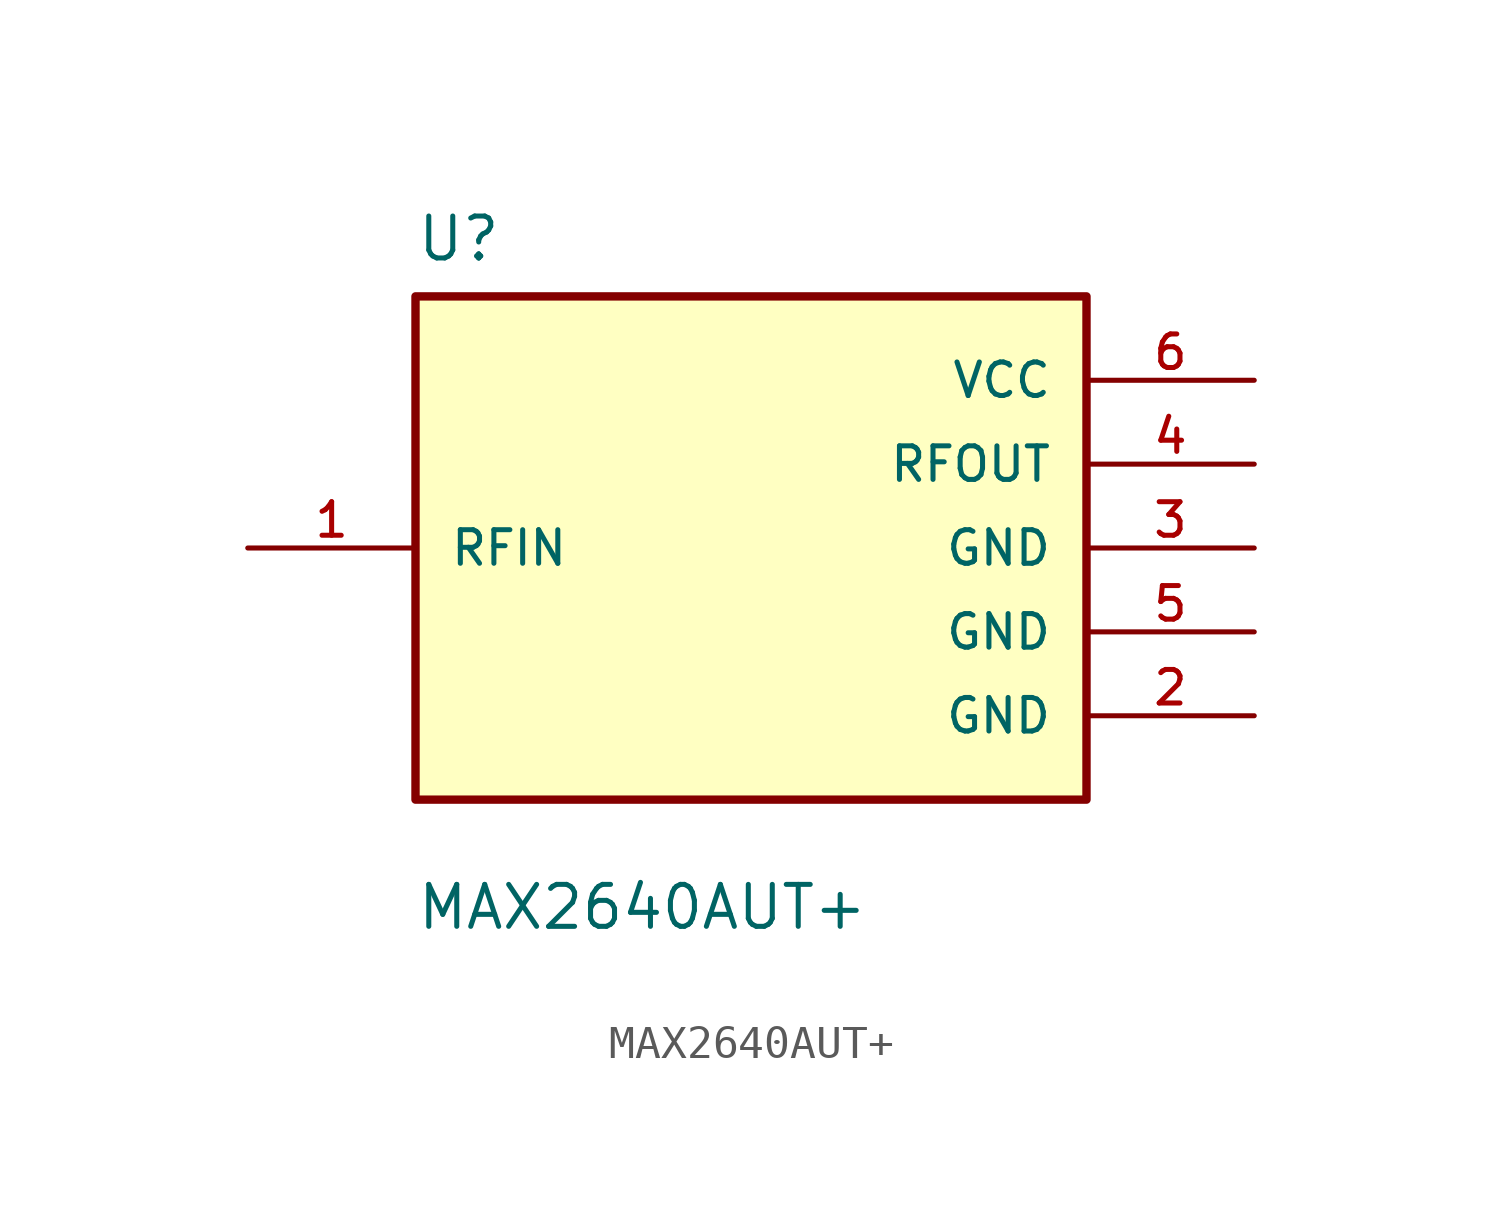
<source format=kicad_sym>
(kicad_symbol_lib
  (version 20211014)
  (generator kicad_symbol_editor)
  (symbol "MAX2640AUT+"
    (pin_names
      (offset 1.016))
    (property "Reference" "U"
      (at -10.16 8.62 0)
      (effects (font (size 1.27 1.27)) (justify left bottom)))
    (property "Value" "MAX2640AUT+"
      (at -10.16 -11.62 0)
      (effects (font (size 1.27 1.27)) (justify left bottom)))
    (symbol "MAX2640AUT+_0_0"
      (rectangle (start -10.16 -7.62) (end 10.16 7.62) (stroke (width 0.254) (type default) (color 0 0 0 0)) (fill (type background)))
      (pin input line (at -15.24 0 0) (length 5.08) (name "RFIN" (effects (font (size 1.016 1.016)))) (number "1" (effects (font (size 1.016 1.016)))))
      (pin power_in line (at 15.24 -5.08 180) (length 5.08) (name "GND" (effects (font (size 1.016 1.016)))) (number "2" (effects (font (size 1.016 1.016)))))
      (pin power_in line (at 15.24 0 180) (length 5.08) (name "GND" (effects (font (size 1.016 1.016)))) (number "3" (effects (font (size 1.016 1.016)))))
      (pin output line (at 15.24 2.54 180) (length 5.08) (name "RFOUT" (effects (font (size 1.016 1.016)))) (number "4" (effects (font (size 1.016 1.016)))))
      (pin power_in line (at 15.24 -2.54 180) (length 5.08) (name "GND" (effects (font (size 1.016 1.016)))) (number "5" (effects (font (size 1.016 1.016)))))
      (pin power_in line (at 15.24 5.08 180) (length 5.08) (name "VCC" (effects (font (size 1.016 1.016)))) (number "6" (effects (font (size 1.016 1.016))))))))
</source>
